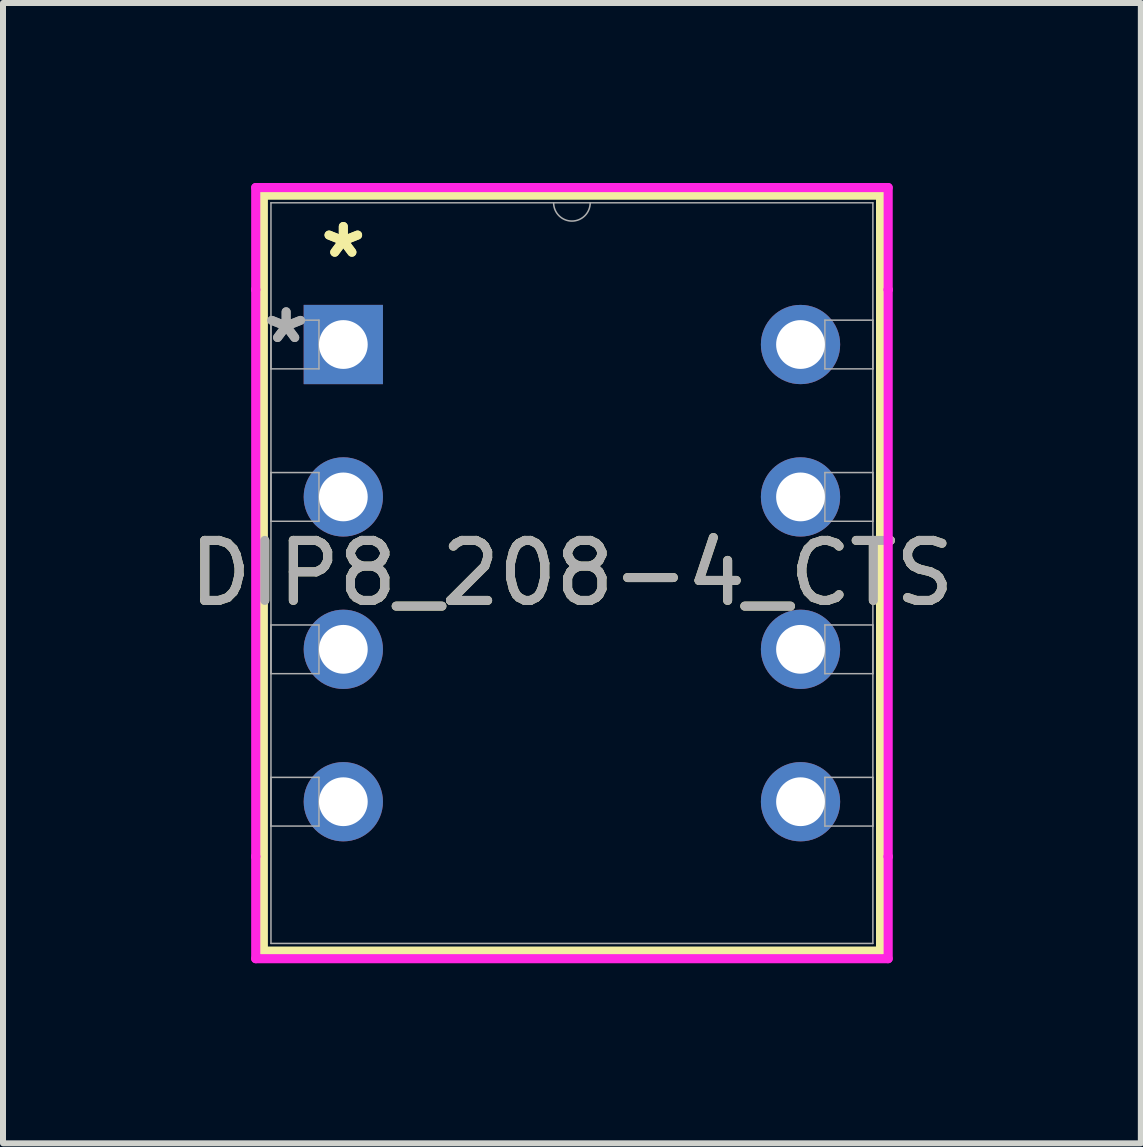
<source format=kicad_pcb>
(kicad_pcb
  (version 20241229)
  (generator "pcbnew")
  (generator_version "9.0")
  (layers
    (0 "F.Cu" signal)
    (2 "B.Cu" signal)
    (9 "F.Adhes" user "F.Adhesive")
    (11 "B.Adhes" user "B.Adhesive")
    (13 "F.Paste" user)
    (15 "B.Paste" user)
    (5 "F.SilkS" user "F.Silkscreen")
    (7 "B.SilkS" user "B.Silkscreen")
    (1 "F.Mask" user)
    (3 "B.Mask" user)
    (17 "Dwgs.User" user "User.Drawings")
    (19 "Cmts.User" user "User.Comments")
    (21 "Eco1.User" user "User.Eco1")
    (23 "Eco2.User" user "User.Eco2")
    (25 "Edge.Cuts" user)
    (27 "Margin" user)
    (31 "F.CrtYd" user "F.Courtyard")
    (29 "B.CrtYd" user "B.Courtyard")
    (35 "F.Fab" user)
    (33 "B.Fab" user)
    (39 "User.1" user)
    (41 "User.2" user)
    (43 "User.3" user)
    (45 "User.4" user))
  (footprint "DIP8_208-4_CTS"
    (layer "F.Cu")
    (at 2.672 2.692)
    (property "Reference" "DIP8_208-4_CTS" (at 3.81 3.81 0) (unlocked yes) (layer "F.SilkS") (effects (font (size 1 1) (thickness 0.15))))
    (attr through_hole)
    (fp_line (start -1.333 -2.489) (end -1.333 10.109) (stroke (width 0.152) (type solid)) (layer "F.SilkS"))
    (fp_line (start -1.333 10.109) (end 8.954 10.109) (stroke (width 0.152) (type solid)) (layer "F.SilkS"))
    (fp_line (start 8.954 -2.489) (end -1.333 -2.489) (stroke (width 0.152) (type solid)) (layer "F.SilkS"))
    (fp_line (start 8.954 10.109) (end 8.954 -2.489) (stroke (width 0.152) (type solid)) (layer "F.SilkS"))
    (fp_line (start -1.46 -2.616) (end 9.081 -2.616) (stroke (width 0.152) (type solid)) (layer "F.CrtYd"))
    (fp_line (start -1.46 -0.914) (end -1.46 -2.616) (stroke (width 0.152) (type solid)) (layer "F.CrtYd"))
    (fp_line (start -1.46 -0.914) (end -1.46 -0.914) (stroke (width 0.152) (type solid)) (layer "F.CrtYd"))
    (fp_line (start -1.46 8.534) (end -1.46 -0.914) (stroke (width 0.152) (type solid)) (layer "F.CrtYd"))
    (fp_line (start -1.46 8.534) (end -1.46 8.534) (stroke (width 0.152) (type solid)) (layer "F.CrtYd"))
    (fp_line (start -1.46 10.236) (end -1.46 8.534) (stroke (width 0.152) (type solid)) (layer "F.CrtYd"))
    (fp_line (start 9.081 -2.616) (end 9.081 -0.914) (stroke (width 0.152) (type solid)) (layer "F.CrtYd"))
    (fp_line (start 9.081 -0.914) (end 9.081 -0.914) (stroke (width 0.152) (type solid)) (layer "F.CrtYd"))
    (fp_line (start 9.081 -0.914) (end 9.081 8.534) (stroke (width 0.152) (type solid)) (layer "F.CrtYd"))
    (fp_line (start 9.081 8.534) (end 9.081 8.534) (stroke (width 0.152) (type solid)) (layer "F.CrtYd"))
    (fp_line (start 9.081 8.534) (end 9.081 10.236) (stroke (width 0.152) (type solid)) (layer "F.CrtYd"))
    (fp_line (start 9.081 10.236) (end -1.46 10.236) (stroke (width 0.152) (type solid)) (layer "F.CrtYd"))
    (fp_line (start -1.206 -2.362) (end -1.206 9.982) (stroke (width 0.025) (type solid)) (layer "F.Fab"))
    (fp_line (start -1.206 -0.406) (end -0.406 -0.406) (stroke (width 0.025) (type solid)) (layer "F.Fab"))
    (fp_line (start -1.206 0.406) (end -1.206 -0.406) (stroke (width 0.025) (type solid)) (layer "F.Fab"))
    (fp_line (start -1.206 2.134) (end -0.406 2.134) (stroke (width 0.025) (type solid)) (layer "F.Fab"))
    (fp_line (start -1.206 2.946) (end -1.206 2.134) (stroke (width 0.025) (type solid)) (layer "F.Fab"))
    (fp_line (start -1.206 4.674) (end -0.406 4.674) (stroke (width 0.025) (type solid)) (layer "F.Fab"))
    (fp_line (start -1.206 5.486) (end -1.206 4.674) (stroke (width 0.025) (type solid)) (layer "F.Fab"))
    (fp_line (start -1.206 7.214) (end -0.406 7.214) (stroke (width 0.025) (type solid)) (layer "F.Fab"))
    (fp_line (start -1.206 8.026) (end -1.206 7.214) (stroke (width 0.025) (type solid)) (layer "F.Fab"))
    (fp_line (start -1.206 9.982) (end 8.826 9.982) (stroke (width 0.025) (type solid)) (layer "F.Fab"))
    (fp_line (start -0.406 -0.406) (end -0.406 0.406) (stroke (width 0.025) (type solid)) (layer "F.Fab"))
    (fp_line (start -0.406 0.406) (end -1.206 0.406) (stroke (width 0.025) (type solid)) (layer "F.Fab"))
    (fp_line (start -0.406 2.134) (end -0.406 2.946) (stroke (width 0.025) (type solid)) (layer "F.Fab"))
    (fp_line (start -0.406 2.946) (end -1.206 2.946) (stroke (width 0.025) (type solid)) (layer "F.Fab"))
    (fp_line (start -0.406 4.674) (end -0.406 5.486) (stroke (width 0.025) (type solid)) (layer "F.Fab"))
    (fp_line (start -0.406 5.486) (end -1.206 5.486) (stroke (width 0.025) (type solid)) (layer "F.Fab"))
    (fp_line (start -0.406 7.214) (end -0.406 8.026) (stroke (width 0.025) (type solid)) (layer "F.Fab"))
    (fp_line (start -0.406 8.026) (end -1.206 8.026) (stroke (width 0.025) (type solid)) (layer "F.Fab"))
    (fp_line (start 8.026 -0.406) (end 8.826 -0.406) (stroke (width 0.025) (type solid)) (layer "F.Fab"))
    (fp_line (start 8.026 0.406) (end 8.026 -0.406) (stroke (width 0.025) (type solid)) (layer "F.Fab"))
    (fp_line (start 8.026 2.134) (end 8.826 2.134) (stroke (width 0.025) (type solid)) (layer "F.Fab"))
    (fp_line (start 8.026 2.946) (end 8.026 2.134) (stroke (width 0.025) (type solid)) (layer "F.Fab"))
    (fp_line (start 8.026 4.674) (end 8.826 4.674) (stroke (width 0.025) (type solid)) (layer "F.Fab"))
    (fp_line (start 8.026 5.486) (end 8.026 4.674) (stroke (width 0.025) (type solid)) (layer "F.Fab"))
    (fp_line (start 8.026 7.214) (end 8.826 7.214) (stroke (width 0.025) (type solid)) (layer "F.Fab"))
    (fp_line (start 8.026 8.026) (end 8.026 7.214) (stroke (width 0.025) (type solid)) (layer "F.Fab"))
    (fp_line (start 8.826 -2.362) (end -1.206 -2.362) (stroke (width 0.025) (type solid)) (layer "F.Fab"))
    (fp_line (start 8.826 -0.406) (end 8.826 0.406) (stroke (width 0.025) (type solid)) (layer "F.Fab"))
    (fp_line (start 8.826 0.406) (end 8.026 0.406) (stroke (width 0.025) (type solid)) (layer "F.Fab"))
    (fp_line (start 8.826 2.134) (end 8.826 2.946) (stroke (width 0.025) (type solid)) (layer "F.Fab"))
    (fp_line (start 8.826 2.946) (end 8.026 2.946) (stroke (width 0.025) (type solid)) (layer "F.Fab"))
    (fp_line (start 8.826 4.674) (end 8.826 5.486) (stroke (width 0.025) (type solid)) (layer "F.Fab"))
    (fp_line (start 8.826 5.486) (end 8.026 5.486) (stroke (width 0.025) (type solid)) (layer "F.Fab"))
    (fp_line (start 8.826 7.214) (end 8.826 8.026) (stroke (width 0.025) (type solid)) (layer "F.Fab"))
    (fp_line (start 8.826 8.026) (end 8.026 8.026) (stroke (width 0.025) (type solid)) (layer "F.Fab"))
    (fp_line (start 8.826 9.982) (end 8.826 -2.362) (stroke (width 0.025) (type solid)) (layer "F.Fab"))
    (fp_arc (start 4.1148 -2.3622) (mid 3.81 -2.0574) (end 3.5052 -2.3622) (stroke (width 0.0254) (type solid)) (layer "F.Fab"))
    (fp_text user "*" (at 0 -1.422 0) (layer "F.SilkS") (effects (font (size 1 1) (thickness 0.15))))
    (fp_text user "*" (at 0 -1.422 0) (unlocked yes) (layer "F.SilkS") (effects (font (size 1 1) (thickness 0.15))))
    (fp_text user "${REFERENCE}" (at 3.81 3.81 0) (unlocked yes) (layer "F.Fab") (effects (font (size 1 1) (thickness 0.15))))
    (fp_text user "*" (at -0.953 0 0) (unlocked yes) (layer "F.Fab") (effects (font (size 1 1) (thickness 0.15))))
    (fp_text user "*" (at -0.953 0 0) (layer "F.Fab") (effects (font (size 1 1) (thickness 0.15))))
    (pad "1" thru_hole rect (at 0 0) (size 1.321 1.321) (drill 0.813) (layers "*.Cu" "*.Mask"))
    (pad "2" thru_hole circle (at 0 2.54) (size 1.321 1.321) (drill 0.813) (layers "*.Cu" "*.Mask"))
    (pad "3" thru_hole circle (at 0 5.08) (size 1.321 1.321) (drill 0.813) (layers "*.Cu" "*.Mask"))
    (pad "4" thru_hole circle (at 0 7.62) (size 1.321 1.321) (drill 0.813) (layers "*.Cu" "*.Mask"))
    (pad "5" thru_hole circle (at 7.62 0) (size 1.321 1.321) (drill 0.813) (layers "*.Cu" "*.Mask"))
    (pad "6" thru_hole circle (at 7.62 2.54) (size 1.321 1.321) (drill 0.813) (layers "*.Cu" "*.Mask"))
    (pad "7" thru_hole circle (at 7.62 5.08) (size 1.321 1.321) (drill 0.813) (layers "*.Cu" "*.Mask"))
    (pad "8" thru_hole circle (at 7.62 7.62) (size 1.321 1.321) (drill 0.813) (layers "*.Cu" "*.Mask")))
  (gr_rect
    (start -3 -3)
    (end 15.964 16.005)
    (stroke (width 0.1) (type default))
    (fill no)
    (layer "Edge.Cuts")))
</source>
